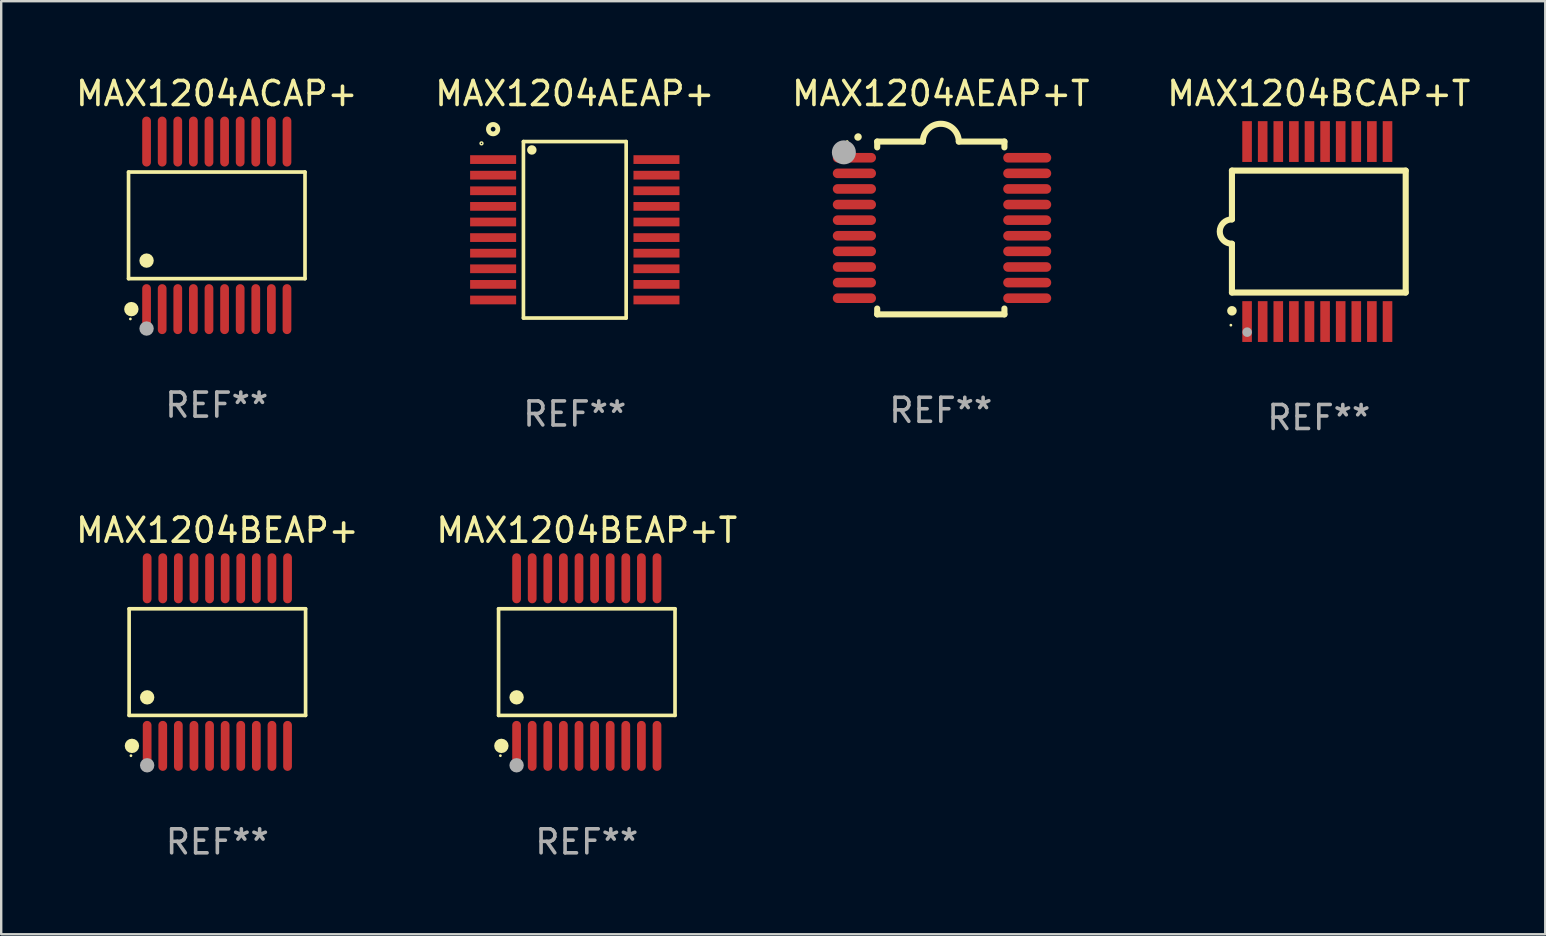
<source format=kicad_pcb>
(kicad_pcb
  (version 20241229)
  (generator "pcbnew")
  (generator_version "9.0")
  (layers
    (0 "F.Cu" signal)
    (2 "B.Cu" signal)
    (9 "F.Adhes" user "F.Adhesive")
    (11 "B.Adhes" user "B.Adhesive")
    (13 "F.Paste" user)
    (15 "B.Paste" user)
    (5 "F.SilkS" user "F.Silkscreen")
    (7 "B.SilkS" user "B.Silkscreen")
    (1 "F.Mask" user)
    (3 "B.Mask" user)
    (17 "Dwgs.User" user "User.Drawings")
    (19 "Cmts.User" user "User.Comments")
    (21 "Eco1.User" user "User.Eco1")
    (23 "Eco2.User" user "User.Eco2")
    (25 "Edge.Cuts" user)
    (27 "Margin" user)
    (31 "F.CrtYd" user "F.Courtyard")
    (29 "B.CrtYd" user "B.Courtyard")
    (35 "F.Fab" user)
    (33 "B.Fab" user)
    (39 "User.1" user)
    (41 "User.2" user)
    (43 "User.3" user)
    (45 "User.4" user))
  (footprint "MAX1204BCAP+T"
    (layer "F.Cu")
    (at 51.899 6.598)
    (property "Reference" "MAX1204BCAP+T" (at 0 -5.75 0) (layer "F.SilkS") (effects (font (size 1 1) (thickness 0.15))))
    (attr through_hole)
    (fp_line (start -3.62 -2.54) (end 3.62 -2.54) (stroke (width 0.254) (type solid)) (layer "F.SilkS"))
    (fp_line (start -3.62 -0.508) (end -3.62 -2.54) (stroke (width 0.254) (type solid)) (layer "F.SilkS"))
    (fp_line (start -3.62 2.54) (end -3.62 0.508) (stroke (width 0.254) (type solid)) (layer "F.SilkS"))
    (fp_line (start 3.62 -2.54) (end 3.62 2.54) (stroke (width 0.254) (type solid)) (layer "F.SilkS"))
    (fp_line (start 3.62 2.54) (end -3.62 2.54) (stroke (width 0.254) (type solid)) (layer "F.SilkS"))
    (fp_arc (start -3.619507 0.508052) (mid -4.125607 0.000051) (end -3.619507 -0.50795) (stroke (width 0.254001) (type solid)) (layer "F.SilkS"))
    (fp_circle (center -3.664 3.9) (end -3.634 3.9) (stroke (width 0.06) (type solid)) (fill no) (layer "F.SilkS"))
    (fp_circle (center -3.62 3.302) (end -3.52 3.302) (stroke (width 0.2) (type solid)) (fill no) (layer "F.SilkS"))
    (fp_circle (center -2.985 4.191) (end -2.885 4.191) (stroke (width 0.2) (type solid)) (fill no) (layer "F.Fab"))
    (fp_text user "REF**" (at 0 7.75 0) (layer "F.Fab") (effects (font (size 1 1) (thickness 0.15))))
    (pad "1" smd rect (at -2.989 3.75) (size 0.4 1.7) (layers "F.Cu" "F.Mask" "F.Paste"))
    (pad "2" smd rect (at -2.339 3.75) (size 0.4 1.7) (layers "F.Cu" "F.Mask" "F.Paste"))
    (pad "3" smd rect (at -1.689 3.75) (size 0.4 1.7) (layers "F.Cu" "F.Mask" "F.Paste"))
    (pad "4" smd rect (at -1.039 3.75) (size 0.4 1.7) (layers "F.Cu" "F.Mask" "F.Paste"))
    (pad "5" smd rect (at -0.389 3.75) (size 0.4 1.7) (layers "F.Cu" "F.Mask" "F.Paste"))
    (pad "6" smd rect (at 0.261 3.75) (size 0.4 1.7) (layers "F.Cu" "F.Mask" "F.Paste"))
    (pad "7" smd rect (at 0.911 3.75) (size 0.4 1.7) (layers "F.Cu" "F.Mask" "F.Paste"))
    (pad "8" smd rect (at 1.561 3.75) (size 0.4 1.7) (layers "F.Cu" "F.Mask" "F.Paste"))
    (pad "9" smd rect (at 2.211 3.75) (size 0.4 1.7) (layers "F.Cu" "F.Mask" "F.Paste"))
    (pad "10" smd rect (at 2.862 3.75) (size 0.4 1.7) (layers "F.Cu" "F.Mask" "F.Paste"))
    (pad "11" smd rect (at 2.862 -3.75) (size 0.4 1.7) (layers "F.Cu" "F.Mask" "F.Paste"))
    (pad "12" smd rect (at 2.211 -3.75) (size 0.4 1.7) (layers "F.Cu" "F.Mask" "F.Paste"))
    (pad "13" smd rect (at 1.561 -3.75) (size 0.4 1.7) (layers "F.Cu" "F.Mask" "F.Paste"))
    (pad "14" smd rect (at 0.911 -3.75) (size 0.4 1.7) (layers "F.Cu" "F.Mask" "F.Paste"))
    (pad "15" smd rect (at 0.261 -3.75) (size 0.4 1.7) (layers "F.Cu" "F.Mask" "F.Paste"))
    (pad "16" smd rect (at -0.389 -3.75) (size 0.4 1.7) (layers "F.Cu" "F.Mask" "F.Paste"))
    (pad "17" smd rect (at -1.039 -3.75) (size 0.4 1.7) (layers "F.Cu" "F.Mask" "F.Paste"))
    (pad "18" smd rect (at -1.689 -3.75) (size 0.4 1.7) (layers "F.Cu" "F.Mask" "F.Paste"))
    (pad "19" smd rect (at -2.339 -3.75) (size 0.4 1.7) (layers "F.Cu" "F.Mask" "F.Paste"))
    (pad "20" smd rect (at -2.989 -3.75) (size 0.4 1.7) (layers "F.Cu" "F.Mask" "F.Paste")))
  (footprint "MAX1204AEAP+"
    (layer "F.Cu")
    (at 20.899 6.524)
    (property "Reference" "MAX1204AEAP+" (at 0 -5.676 0) (layer "F.SilkS") (effects (font (size 1 1) (thickness 0.15))))
    (attr through_hole)
    (fp_line (start -2.14 -3.676) (end 2.14 -3.676) (stroke (width 0.152) (type solid)) (layer "F.SilkS"))
    (fp_line (start -2.14 3.676) (end -2.14 -3.676) (stroke (width 0.152) (type solid)) (layer "F.SilkS"))
    (fp_line (start 2.14 -3.676) (end 2.14 3.676) (stroke (width 0.152) (type solid)) (layer "F.SilkS"))
    (fp_line (start 2.14 3.676) (end -2.14 3.676) (stroke (width 0.152) (type solid)) (layer "F.SilkS"))
    (fp_circle (center -3.887 -3.6) (end -3.858 -3.6) (stroke (width 0.06) (type solid)) (fill no) (layer "F.SilkS"))
    (fp_circle (center -3.403 -4.193) (end -3.305 -4.193) (stroke (width 0.198) (type solid)) (fill no) (layer "F.SilkS"))
    (fp_circle (center -1.79 -3.326) (end -1.691 -3.326) (stroke (width 0.198) (type solid)) (fill no) (layer "F.SilkS"))
    (fp_text user "REF**" (at 0 7.676 0) (layer "F.Fab") (effects (font (size 1 1) (thickness 0.15))))
    (pad "1" smd rect (at -3.403 -2.925) (size 1.917 0.364) (layers "F.Cu" "F.Mask" "F.Paste"))
    (pad "2" smd rect (at -3.403 -2.275) (size 1.917 0.364) (layers "F.Cu" "F.Mask" "F.Paste"))
    (pad "3" smd rect (at -3.403 -1.625) (size 1.917 0.364) (layers "F.Cu" "F.Mask" "F.Paste"))
    (pad "4" smd rect (at -3.403 -0.975) (size 1.917 0.364) (layers "F.Cu" "F.Mask" "F.Paste"))
    (pad "5" smd rect (at -3.403 -0.325) (size 1.917 0.364) (layers "F.Cu" "F.Mask" "F.Paste"))
    (pad "6" smd rect (at -3.403 0.325) (size 1.917 0.364) (layers "F.Cu" "F.Mask" "F.Paste"))
    (pad "7" smd rect (at -3.403 0.975) (size 1.917 0.364) (layers "F.Cu" "F.Mask" "F.Paste"))
    (pad "8" smd rect (at -3.403 1.625) (size 1.917 0.364) (layers "F.Cu" "F.Mask" "F.Paste"))
    (pad "9" smd rect (at -3.403 2.275) (size 1.917 0.364) (layers "F.Cu" "F.Mask" "F.Paste"))
    (pad "10" smd rect (at -3.403 2.925) (size 1.917 0.364) (layers "F.Cu" "F.Mask" "F.Paste"))
    (pad "11" smd rect (at 3.403 2.925) (size 1.917 0.364) (layers "F.Cu" "F.Mask" "F.Paste"))
    (pad "12" smd rect (at 3.403 2.275) (size 1.917 0.364) (layers "F.Cu" "F.Mask" "F.Paste"))
    (pad "13" smd rect (at 3.403 1.625) (size 1.917 0.364) (layers "F.Cu" "F.Mask" "F.Paste"))
    (pad "14" smd rect (at 3.403 0.975) (size 1.917 0.364) (layers "F.Cu" "F.Mask" "F.Paste"))
    (pad "15" smd rect (at 3.403 0.325) (size 1.917 0.364) (layers "F.Cu" "F.Mask" "F.Paste"))
    (pad "16" smd rect (at 3.403 -0.325) (size 1.917 0.364) (layers "F.Cu" "F.Mask" "F.Paste"))
    (pad "17" smd rect (at 3.403 -0.975) (size 1.917 0.364) (layers "F.Cu" "F.Mask" "F.Paste"))
    (pad "18" smd rect (at 3.403 -1.625) (size 1.917 0.364) (layers "F.Cu" "F.Mask" "F.Paste"))
    (pad "19" smd rect (at 3.403 -2.275) (size 1.917 0.364) (layers "F.Cu" "F.Mask" "F.Paste"))
    (pad "20" smd rect (at 3.403 -2.925) (size 1.917 0.364) (layers "F.Cu" "F.Mask" "F.Paste")))
  (footprint "MAX1204ACAP+"
    (layer "F.Cu")
    (at 5.982 6.339)
    (property "Reference" "MAX1204ACAP+" (at 0 -5.491 0) (layer "F.SilkS") (effects (font (size 1 1) (thickness 0.15))))
    (attr through_hole)
    (fp_line (start -3.676 -2.221) (end 3.676 -2.221) (stroke (width 0.152) (type solid)) (layer "F.SilkS"))
    (fp_line (start -3.676 2.221) (end -3.676 -2.221) (stroke (width 0.152) (type solid)) (layer "F.SilkS"))
    (fp_line (start 3.676 -2.221) (end 3.676 2.221) (stroke (width 0.152) (type solid)) (layer "F.SilkS"))
    (fp_line (start 3.676 2.221) (end -3.676 2.221) (stroke (width 0.152) (type solid)) (layer "F.SilkS"))
    (fp_circle (center -3.6 3.9) (end -3.57 3.9) (stroke (width 0.06) (type solid)) (fill no) (layer "F.SilkS"))
    (fp_circle (center -3.559 3.491) (end -3.409 3.491) (stroke (width 0.3) (type solid)) (fill no) (layer "F.SilkS"))
    (fp_circle (center -2.925 1.469) (end -2.775 1.469) (stroke (width 0.3) (type solid)) (fill no) (layer "F.SilkS"))
    (fp_circle (center -2.925 4.3) (end -2.775 4.3) (stroke (width 0.3) (type solid)) (fill no) (layer "F.Fab"))
    (fp_text user "REF**" (at 0 7.491 0) (layer "F.Fab") (effects (font (size 1 1) (thickness 0.15))))
    (pad "1" smd oval (at -2.925 3.491) (size 0.364 2.082) (layers "F.Cu" "F.Mask" "F.Paste"))
    (pad "2" smd oval (at -2.275 3.491) (size 0.364 2.082) (layers "F.Cu" "F.Mask" "F.Paste"))
    (pad "3" smd oval (at -1.625 3.491) (size 0.364 2.082) (layers "F.Cu" "F.Mask" "F.Paste"))
    (pad "4" smd oval (at -0.975 3.491) (size 0.364 2.082) (layers "F.Cu" "F.Mask" "F.Paste"))
    (pad "5" smd oval (at -0.325 3.491) (size 0.364 2.082) (layers "F.Cu" "F.Mask" "F.Paste"))
    (pad "6" smd oval (at 0.325 3.491) (size 0.364 2.082) (layers "F.Cu" "F.Mask" "F.Paste"))
    (pad "7" smd oval (at 0.975 3.491) (size 0.364 2.082) (layers "F.Cu" "F.Mask" "F.Paste"))
    (pad "8" smd oval (at 1.625 3.491) (size 0.364 2.082) (layers "F.Cu" "F.Mask" "F.Paste"))
    (pad "9" smd oval (at 2.275 3.491) (size 0.364 2.082) (layers "F.Cu" "F.Mask" "F.Paste"))
    (pad "10" smd oval (at 2.925 3.491) (size 0.364 2.082) (layers "F.Cu" "F.Mask" "F.Paste"))
    (pad "11" smd oval (at 2.925 -3.491) (size 0.364 2.082) (layers "F.Cu" "F.Mask" "F.Paste"))
    (pad "12" smd oval (at 2.275 -3.491) (size 0.364 2.082) (layers "F.Cu" "F.Mask" "F.Paste"))
    (pad "13" smd oval (at 1.625 -3.491) (size 0.364 2.082) (layers "F.Cu" "F.Mask" "F.Paste"))
    (pad "14" smd oval (at 0.975 -3.491) (size 0.364 2.082) (layers "F.Cu" "F.Mask" "F.Paste"))
    (pad "15" smd oval (at 0.325 -3.491) (size 0.364 2.082) (layers "F.Cu" "F.Mask" "F.Paste"))
    (pad "16" smd oval (at -0.325 -3.491) (size 0.364 2.082) (layers "F.Cu" "F.Mask" "F.Paste"))
    (pad "17" smd oval (at -0.975 -3.491) (size 0.364 2.082) (layers "F.Cu" "F.Mask" "F.Paste"))
    (pad "18" smd oval (at -1.625 -3.491) (size 0.364 2.082) (layers "F.Cu" "F.Mask" "F.Paste"))
    (pad "19" smd oval (at -2.275 -3.491) (size 0.364 2.082) (layers "F.Cu" "F.Mask" "F.Paste"))
    (pad "20" smd oval (at -2.925 -3.491) (size 0.364 2.082) (layers "F.Cu" "F.Mask" "F.Paste")))
  (footprint "MAX1204BEAP+T"
    (layer "F.Cu")
    (at 21.399 24.536)
    (property "Reference" "MAX1204BEAP+T" (at 0 -5.491 0) (layer "F.SilkS") (effects (font (size 1 1) (thickness 0.15))))
    (attr through_hole)
    (fp_line (start -3.676 -2.221) (end 3.676 -2.221) (stroke (width 0.152) (type solid)) (layer "F.SilkS"))
    (fp_line (start -3.676 2.221) (end -3.676 -2.221) (stroke (width 0.152) (type solid)) (layer "F.SilkS"))
    (fp_line (start 3.676 -2.221) (end 3.676 2.221) (stroke (width 0.152) (type solid)) (layer "F.SilkS"))
    (fp_line (start 3.676 2.221) (end -3.676 2.221) (stroke (width 0.152) (type solid)) (layer "F.SilkS"))
    (fp_circle (center -3.6 3.9) (end -3.57 3.9) (stroke (width 0.06) (type solid)) (fill no) (layer "F.SilkS"))
    (fp_circle (center -3.559 3.491) (end -3.409 3.491) (stroke (width 0.3) (type solid)) (fill no) (layer "F.SilkS"))
    (fp_circle (center -2.925 1.469) (end -2.775 1.469) (stroke (width 0.3) (type solid)) (fill no) (layer "F.SilkS"))
    (fp_circle (center -2.925 4.3) (end -2.775 4.3) (stroke (width 0.3) (type solid)) (fill no) (layer "F.Fab"))
    (fp_text user "REF**" (at 0 7.491 0) (layer "F.Fab") (effects (font (size 1 1) (thickness 0.15))))
    (pad "1" smd oval (at -2.925 3.491) (size 0.364 2.082) (layers "F.Cu" "F.Mask" "F.Paste"))
    (pad "2" smd oval (at -2.275 3.491) (size 0.364 2.082) (layers "F.Cu" "F.Mask" "F.Paste"))
    (pad "3" smd oval (at -1.625 3.491) (size 0.364 2.082) (layers "F.Cu" "F.Mask" "F.Paste"))
    (pad "4" smd oval (at -0.975 3.491) (size 0.364 2.082) (layers "F.Cu" "F.Mask" "F.Paste"))
    (pad "5" smd oval (at -0.325 3.491) (size 0.364 2.082) (layers "F.Cu" "F.Mask" "F.Paste"))
    (pad "6" smd oval (at 0.325 3.491) (size 0.364 2.082) (layers "F.Cu" "F.Mask" "F.Paste"))
    (pad "7" smd oval (at 0.975 3.491) (size 0.364 2.082) (layers "F.Cu" "F.Mask" "F.Paste"))
    (pad "8" smd oval (at 1.625 3.491) (size 0.364 2.082) (layers "F.Cu" "F.Mask" "F.Paste"))
    (pad "9" smd oval (at 2.275 3.491) (size 0.364 2.082) (layers "F.Cu" "F.Mask" "F.Paste"))
    (pad "10" smd oval (at 2.925 3.491) (size 0.364 2.082) (layers "F.Cu" "F.Mask" "F.Paste"))
    (pad "11" smd oval (at 2.925 -3.491) (size 0.364 2.082) (layers "F.Cu" "F.Mask" "F.Paste"))
    (pad "12" smd oval (at 2.275 -3.491) (size 0.364 2.082) (layers "F.Cu" "F.Mask" "F.Paste"))
    (pad "13" smd oval (at 1.625 -3.491) (size 0.364 2.082) (layers "F.Cu" "F.Mask" "F.Paste"))
    (pad "14" smd oval (at 0.975 -3.491) (size 0.364 2.082) (layers "F.Cu" "F.Mask" "F.Paste"))
    (pad "15" smd oval (at 0.325 -3.491) (size 0.364 2.082) (layers "F.Cu" "F.Mask" "F.Paste"))
    (pad "16" smd oval (at -0.325 -3.491) (size 0.364 2.082) (layers "F.Cu" "F.Mask" "F.Paste"))
    (pad "17" smd oval (at -0.975 -3.491) (size 0.364 2.082) (layers "F.Cu" "F.Mask" "F.Paste"))
    (pad "18" smd oval (at -1.625 -3.491) (size 0.364 2.082) (layers "F.Cu" "F.Mask" "F.Paste"))
    (pad "19" smd oval (at -2.275 -3.491) (size 0.364 2.082) (layers "F.Cu" "F.Mask" "F.Paste"))
    (pad "20" smd oval (at -2.925 -3.491) (size 0.364 2.082) (layers "F.Cu" "F.Mask" "F.Paste")))
  (footprint "MAX1204BEAP+"
    (layer "F.Cu")
    (at 6.006 24.536)
    (property "Reference" "MAX1204BEAP+" (at 0 -5.491 0) (layer "F.SilkS") (effects (font (size 1 1) (thickness 0.15))))
    (attr through_hole)
    (fp_line (start -3.676 -2.221) (end 3.676 -2.221) (stroke (width 0.152) (type solid)) (layer "F.SilkS"))
    (fp_line (start -3.676 2.221) (end -3.676 -2.221) (stroke (width 0.152) (type solid)) (layer "F.SilkS"))
    (fp_line (start 3.676 -2.221) (end 3.676 2.221) (stroke (width 0.152) (type solid)) (layer "F.SilkS"))
    (fp_line (start 3.676 2.221) (end -3.676 2.221) (stroke (width 0.152) (type solid)) (layer "F.SilkS"))
    (fp_circle (center -3.6 3.9) (end -3.57 3.9) (stroke (width 0.06) (type solid)) (fill no) (layer "F.SilkS"))
    (fp_circle (center -3.559 3.491) (end -3.409 3.491) (stroke (width 0.3) (type solid)) (fill no) (layer "F.SilkS"))
    (fp_circle (center -2.925 1.469) (end -2.775 1.469) (stroke (width 0.3) (type solid)) (fill no) (layer "F.SilkS"))
    (fp_circle (center -2.925 4.3) (end -2.775 4.3) (stroke (width 0.3) (type solid)) (fill no) (layer "F.Fab"))
    (fp_text user "REF**" (at 0 7.491 0) (layer "F.Fab") (effects (font (size 1 1) (thickness 0.15))))
    (pad "1" smd oval (at -2.925 3.491) (size 0.364 2.082) (layers "F.Cu" "F.Mask" "F.Paste"))
    (pad "2" smd oval (at -2.275 3.491) (size 0.364 2.082) (layers "F.Cu" "F.Mask" "F.Paste"))
    (pad "3" smd oval (at -1.625 3.491) (size 0.364 2.082) (layers "F.Cu" "F.Mask" "F.Paste"))
    (pad "4" smd oval (at -0.975 3.491) (size 0.364 2.082) (layers "F.Cu" "F.Mask" "F.Paste"))
    (pad "5" smd oval (at -0.325 3.491) (size 0.364 2.082) (layers "F.Cu" "F.Mask" "F.Paste"))
    (pad "6" smd oval (at 0.325 3.491) (size 0.364 2.082) (layers "F.Cu" "F.Mask" "F.Paste"))
    (pad "7" smd oval (at 0.975 3.491) (size 0.364 2.082) (layers "F.Cu" "F.Mask" "F.Paste"))
    (pad "8" smd oval (at 1.625 3.491) (size 0.364 2.082) (layers "F.Cu" "F.Mask" "F.Paste"))
    (pad "9" smd oval (at 2.275 3.491) (size 0.364 2.082) (layers "F.Cu" "F.Mask" "F.Paste"))
    (pad "10" smd oval (at 2.925 3.491) (size 0.364 2.082) (layers "F.Cu" "F.Mask" "F.Paste"))
    (pad "11" smd oval (at 2.925 -3.491) (size 0.364 2.082) (layers "F.Cu" "F.Mask" "F.Paste"))
    (pad "12" smd oval (at 2.275 -3.491) (size 0.364 2.082) (layers "F.Cu" "F.Mask" "F.Paste"))
    (pad "13" smd oval (at 1.625 -3.491) (size 0.364 2.082) (layers "F.Cu" "F.Mask" "F.Paste"))
    (pad "14" smd oval (at 0.975 -3.491) (size 0.364 2.082) (layers "F.Cu" "F.Mask" "F.Paste"))
    (pad "15" smd oval (at 0.325 -3.491) (size 0.364 2.082) (layers "F.Cu" "F.Mask" "F.Paste"))
    (pad "16" smd oval (at -0.325 -3.491) (size 0.364 2.082) (layers "F.Cu" "F.Mask" "F.Paste"))
    (pad "17" smd oval (at -0.975 -3.491) (size 0.364 2.082) (layers "F.Cu" "F.Mask" "F.Paste"))
    (pad "18" smd oval (at -1.625 -3.491) (size 0.364 2.082) (layers "F.Cu" "F.Mask" "F.Paste"))
    (pad "19" smd oval (at -2.275 -3.491) (size 0.364 2.082) (layers "F.Cu" "F.Mask" "F.Paste"))
    (pad "20" smd oval (at -2.925 -3.491) (size 0.364 2.082) (layers "F.Cu" "F.Mask" "F.Paste")))
  (footprint "MAX1204AEAP+T"
    (layer "F.Cu")
    (at 36.149 6.448)
    (property "Reference" "MAX1204AEAP+T" (at 0 -5.6 0) (layer "F.SilkS") (effects (font (size 1 1) (thickness 0.15))))
    (attr through_hole)
    (fp_line (start -2.65 -3.6) (end -2.65 -3.357) (stroke (width 0.254) (type solid)) (layer "F.SilkS"))
    (fp_line (start -2.65 -3.6) (end -0.75 -3.6) (stroke (width 0.254) (type solid)) (layer "F.SilkS"))
    (fp_line (start -2.65 3.357) (end -2.65 3.6) (stroke (width 0.254) (type solid)) (layer "F.SilkS"))
    (fp_line (start 2.65 -3.6) (end 0.75 -3.6) (stroke (width 0.254) (type solid)) (layer "F.SilkS"))
    (fp_line (start 2.65 -3.6) (end 2.65 -3.357) (stroke (width 0.254) (type solid)) (layer "F.SilkS"))
    (fp_line (start 2.65 3.357) (end 2.65 3.6) (stroke (width 0.254) (type solid)) (layer "F.SilkS"))
    (fp_line (start 2.65 3.6) (end -2.65 3.6) (stroke (width 0.254) (type solid)) (layer "F.SilkS"))
    (fp_arc (start -3.454407 -3.784608) (mid -3.449499 -3.78986) (end -3.444247 -3.794768) (stroke (width 0.3) (type solid)) (layer "F.SilkS"))
    (fp_arc (start -0.749301 -3.599186) (mid -0.000051 -4.348844) (end 0.750013 -3.6) (stroke (width 0.254001) (type solid)) (layer "F.SilkS"))
    (fp_circle (center -3.9 -3.6) (end -3.87 -3.6) (stroke (width 0.06) (type solid)) (fill no) (layer "F.SilkS"))
    (fp_circle (center -4.039 -3.15) (end -3.789 -3.15) (stroke (width 0.5) (type solid)) (fill no) (layer "F.Fab"))
    (fp_text user "REF**" (at 0 7.6 0) (layer "F.Fab") (effects (font (size 1 1) (thickness 0.15))))
    (pad "1" smd oval (at -3.6 -2.926 90) (size 0.4 1.8) (layers "F.Cu" "F.Mask" "F.Paste"))
    (pad "2" smd oval (at -3.6 -2.276 90) (size 0.4 1.8) (layers "F.Cu" "F.Mask" "F.Paste"))
    (pad "3" smd oval (at -3.6 -1.626 90) (size 0.4 1.8) (layers "F.Cu" "F.Mask" "F.Paste"))
    (pad "4" smd oval (at -3.6 -0.975 90) (size 0.4 1.8) (layers "F.Cu" "F.Mask" "F.Paste"))
    (pad "5" smd oval (at -3.6 -0.325 90) (size 0.4 1.8) (layers "F.Cu" "F.Mask" "F.Paste"))
    (pad "6" smd oval (at -3.6 0.325 90) (size 0.4 1.8) (layers "F.Cu" "F.Mask" "F.Paste"))
    (pad "7" smd oval (at -3.6 0.975 90) (size 0.4 1.8) (layers "F.Cu" "F.Mask" "F.Paste"))
    (pad "8" smd oval (at -3.6 1.626 90) (size 0.4 1.8) (layers "F.Cu" "F.Mask" "F.Paste"))
    (pad "9" smd oval (at -3.6 2.276 90) (size 0.4 1.8) (layers "F.Cu" "F.Mask" "F.Paste"))
    (pad "10" smd oval (at -3.6 2.926 90) (size 0.4 1.8) (layers "F.Cu" "F.Mask" "F.Paste"))
    (pad "11" smd oval (at 3.6 2.926 90) (size 0.4 2) (layers "F.Cu" "F.Mask" "F.Paste"))
    (pad "12" smd oval (at 3.6 2.276 90) (size 0.4 2) (layers "F.Cu" "F.Mask" "F.Paste"))
    (pad "13" smd oval (at 3.6 1.626 90) (size 0.4 2) (layers "F.Cu" "F.Mask" "F.Paste"))
    (pad "14" smd oval (at 3.6 0.975 90) (size 0.4 2) (layers "F.Cu" "F.Mask" "F.Paste"))
    (pad "15" smd oval (at 3.6 0.325 90) (size 0.4 2) (layers "F.Cu" "F.Mask" "F.Paste"))
    (pad "16" smd oval (at 3.6 -0.325 90) (size 0.4 2) (layers "F.Cu" "F.Mask" "F.Paste"))
    (pad "17" smd oval (at 3.6 -0.975 90) (size 0.4 2) (layers "F.Cu" "F.Mask" "F.Paste"))
    (pad "18" smd oval (at 3.6 -1.626 90) (size 0.4 2) (layers "F.Cu" "F.Mask" "F.Paste"))
    (pad "19" smd oval (at 3.6 -2.276 90) (size 0.4 2) (layers "F.Cu" "F.Mask" "F.Paste"))
    (pad "20" smd oval (at 3.6 -2.926 90) (size 0.4 2) (layers "F.Cu" "F.Mask" "F.Paste")))
  (gr_rect
    (start -3 -3)
    (end 61.333 35.875)
    (stroke (width 0.1) (type default))
    (fill no)
    (layer "Edge.Cuts")))
</source>
